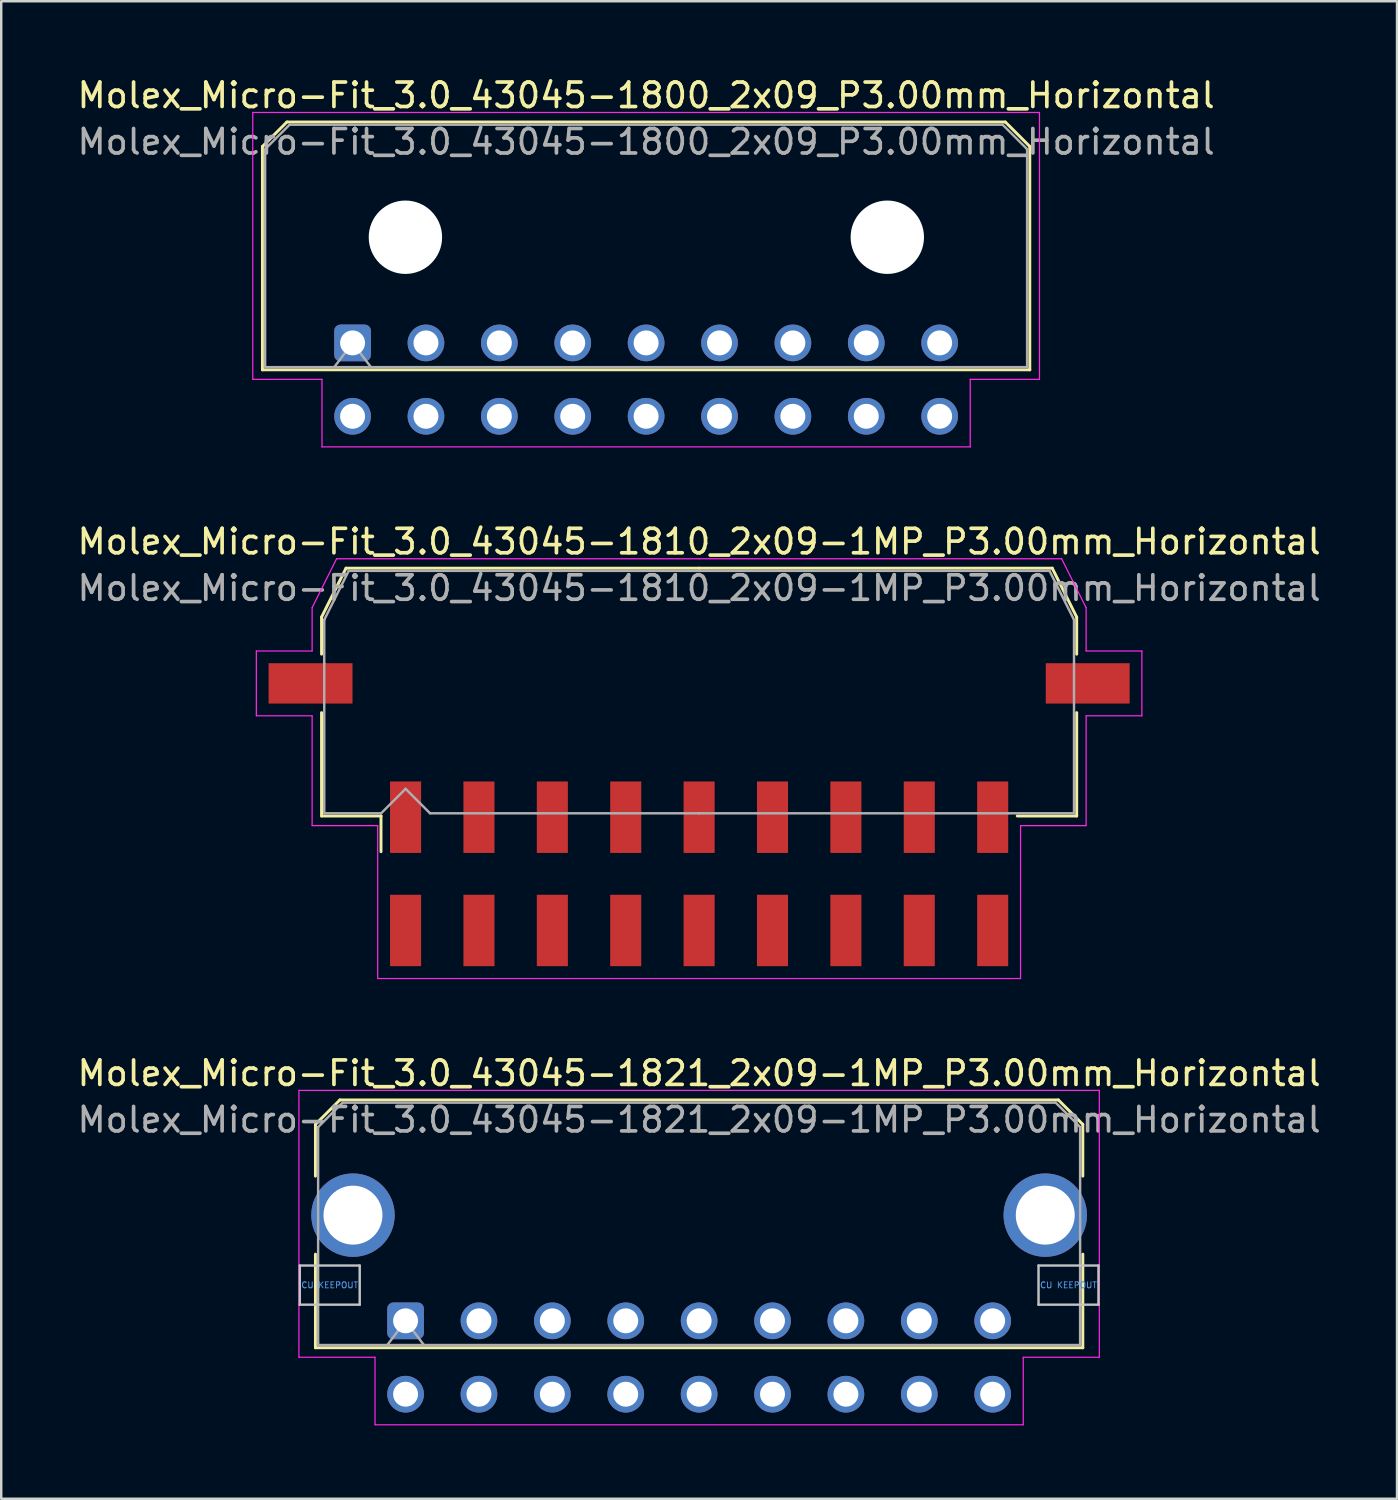
<source format=kicad_pcb>
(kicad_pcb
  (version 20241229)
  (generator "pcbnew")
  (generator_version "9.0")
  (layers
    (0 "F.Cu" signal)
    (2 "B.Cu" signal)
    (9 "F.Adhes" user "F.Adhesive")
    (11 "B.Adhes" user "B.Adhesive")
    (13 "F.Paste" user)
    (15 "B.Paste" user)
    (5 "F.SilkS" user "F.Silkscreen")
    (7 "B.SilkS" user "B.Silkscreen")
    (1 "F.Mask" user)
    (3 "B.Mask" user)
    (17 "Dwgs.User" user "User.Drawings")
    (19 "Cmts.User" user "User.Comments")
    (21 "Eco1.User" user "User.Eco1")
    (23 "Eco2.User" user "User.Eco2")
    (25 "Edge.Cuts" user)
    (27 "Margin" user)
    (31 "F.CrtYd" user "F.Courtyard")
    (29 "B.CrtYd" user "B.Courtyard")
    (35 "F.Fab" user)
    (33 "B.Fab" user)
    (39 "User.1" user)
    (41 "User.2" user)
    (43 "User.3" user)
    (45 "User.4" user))
  (footprint "Molex_Micro-Fit_3.0_43045-1810_2x09-1MP_P3.00mm_Horizontal"
    (layer "F.Cu")
    (at 25.53 32.672)
    (property "Reference" "Molex_Micro-Fit_3.0_43045-1810_2x09-1MP_P3.00mm_Horizontal" (at 0 -13.58 0) (layer "F.SilkS") (effects (font (size 1 1) (thickness 0.15))))
    (attr smd)
    (fp_line (start -15.435 -10.495) (end -15.435 -8.98) (stroke (width 0.12) (type solid)) (layer "F.SilkS"))
    (fp_line (start -15.435 -6.59) (end -15.435 -2.365) (stroke (width 0.12) (type solid)) (layer "F.SilkS"))
    (fp_line (start -15.435 -2.365) (end -13.005 -2.365) (stroke (width 0.12) (type solid)) (layer "F.SilkS"))
    (fp_line (start -14.435 -12.495) (end -15.435 -10.495) (stroke (width 0.12) (type solid)) (layer "F.SilkS"))
    (fp_line (start -13.005 -2.365) (end -13.005 -0.905) (stroke (width 0.12) (type solid)) (layer "F.SilkS"))
    (fp_line (start 0 -12.495) (end -14.435 -12.495) (stroke (width 0.12) (type solid)) (layer "F.SilkS"))
    (fp_line (start 0 -12.495) (end 14.435 -12.495) (stroke (width 0.12) (type solid)) (layer "F.SilkS"))
    (fp_line (start 14.435 -12.495) (end 15.435 -10.495) (stroke (width 0.12) (type solid)) (layer "F.SilkS"))
    (fp_line (start 15.435 -10.495) (end 15.435 -8.98) (stroke (width 0.12) (type solid)) (layer "F.SilkS"))
    (fp_line (start 15.435 -6.59) (end 15.435 -2.365) (stroke (width 0.12) (type solid)) (layer "F.SilkS"))
    (fp_line (start 15.435 -2.365) (end 13.005 -2.365) (stroke (width 0.12) (type solid)) (layer "F.SilkS"))
    (fp_line (start -18.1 -9.11) (end -18.1 -6.46) (stroke (width 0.05) (type solid)) (layer "F.CrtYd"))
    (fp_line (start -18.1 -6.46) (end -15.82 -6.46) (stroke (width 0.05) (type solid)) (layer "F.CrtYd"))
    (fp_line (start -15.82 -10.88) (end -15.82 -9.11) (stroke (width 0.05) (type solid)) (layer "F.CrtYd"))
    (fp_line (start -15.82 -9.11) (end -18.1 -9.11) (stroke (width 0.05) (type solid)) (layer "F.CrtYd"))
    (fp_line (start -15.82 -6.46) (end -15.82 -1.97) (stroke (width 0.05) (type solid)) (layer "F.CrtYd"))
    (fp_line (start -15.82 -1.97) (end -13.14 -1.97) (stroke (width 0.05) (type solid)) (layer "F.CrtYd"))
    (fp_line (start -14.82 -12.88) (end -15.82 -10.88) (stroke (width 0.05) (type solid)) (layer "F.CrtYd"))
    (fp_line (start -13.14 -1.97) (end -13.14 4.28) (stroke (width 0.05) (type solid)) (layer "F.CrtYd"))
    (fp_line (start -13.14 4.28) (end 0 4.28) (stroke (width 0.05) (type solid)) (layer "F.CrtYd"))
    (fp_line (start 0 -12.88) (end -14.82 -12.88) (stroke (width 0.05) (type solid)) (layer "F.CrtYd"))
    (fp_line (start 0 -12.88) (end 14.82 -12.88) (stroke (width 0.05) (type solid)) (layer "F.CrtYd"))
    (fp_line (start 13.14 -1.97) (end 13.14 4.28) (stroke (width 0.05) (type solid)) (layer "F.CrtYd"))
    (fp_line (start 13.14 4.28) (end 0 4.28) (stroke (width 0.05) (type solid)) (layer "F.CrtYd"))
    (fp_line (start 14.82 -12.88) (end 15.82 -10.88) (stroke (width 0.05) (type solid)) (layer "F.CrtYd"))
    (fp_line (start 15.82 -10.88) (end 15.82 -9.11) (stroke (width 0.05) (type solid)) (layer "F.CrtYd"))
    (fp_line (start 15.82 -9.11) (end 18.1 -9.11) (stroke (width 0.05) (type solid)) (layer "F.CrtYd"))
    (fp_line (start 15.82 -6.46) (end 15.82 -1.97) (stroke (width 0.05) (type solid)) (layer "F.CrtYd"))
    (fp_line (start 15.82 -1.97) (end 13.14 -1.97) (stroke (width 0.05) (type solid)) (layer "F.CrtYd"))
    (fp_line (start 18.1 -9.11) (end 18.1 -6.46) (stroke (width 0.05) (type solid)) (layer "F.CrtYd"))
    (fp_line (start 18.1 -6.46) (end 15.82 -6.46) (stroke (width 0.05) (type solid)) (layer "F.CrtYd"))
    (fp_line (start -15.325 -10.385) (end -15.325 -8.61) (stroke (width 0.1) (type solid)) (layer "F.Fab"))
    (fp_line (start -15.325 -8.61) (end -15.325 -2.475) (stroke (width 0.1) (type solid)) (layer "F.Fab"))
    (fp_line (start -15.325 -2.475) (end -13 -2.475) (stroke (width 0.1) (type solid)) (layer "F.Fab"))
    (fp_line (start -14.325 -12.385) (end -15.325 -10.385) (stroke (width 0.1) (type solid)) (layer "F.Fab"))
    (fp_line (start -13 -2.475) (end -12 -3.475) (stroke (width 0.1) (type solid)) (layer "F.Fab"))
    (fp_line (start -12 -3.475) (end -11 -2.475) (stroke (width 0.1) (type solid)) (layer "F.Fab"))
    (fp_line (start -11 -2.475) (end 0 -2.475) (stroke (width 0.1) (type solid)) (layer "F.Fab"))
    (fp_line (start 0 -12.385) (end -14.325 -12.385) (stroke (width 0.1) (type solid)) (layer "F.Fab"))
    (fp_line (start 0 -12.385) (end 14.325 -12.385) (stroke (width 0.1) (type solid)) (layer "F.Fab"))
    (fp_line (start 12.635 -2.475) (end 0 -2.475) (stroke (width 0.1) (type solid)) (layer "F.Fab"))
    (fp_line (start 14.325 -12.385) (end 15.325 -10.385) (stroke (width 0.1) (type solid)) (layer "F.Fab"))
    (fp_line (start 15.325 -10.385) (end 15.325 -8.61) (stroke (width 0.1) (type solid)) (layer "F.Fab"))
    (fp_line (start 15.325 -8.61) (end 15.325 -2.475) (stroke (width 0.1) (type solid)) (layer "F.Fab"))
    (fp_line (start 15.325 -2.475) (end 12.635 -2.475) (stroke (width 0.1) (type solid)) (layer "F.Fab"))
    (fp_text user "${REFERENCE}" (at 0 -11.68 0) (layer "F.Fab") (effects (font (size 1 1) (thickness 0.15))))
    (pad "1" smd rect (at -12 -2.315) (size 1.27 2.92) (layers "F.Cu" "F.Mask" "F.Paste"))
    (pad "2" smd rect (at -9 -2.315) (size 1.27 2.92) (layers "F.Cu" "F.Mask" "F.Paste"))
    (pad "3" smd rect (at -6 -2.315) (size 1.27 2.92) (layers "F.Cu" "F.Mask" "F.Paste"))
    (pad "4" smd rect (at -3 -2.315) (size 1.27 2.92) (layers "F.Cu" "F.Mask" "F.Paste"))
    (pad "5" smd rect (at 0 -2.315) (size 1.27 2.92) (layers "F.Cu" "F.Mask" "F.Paste"))
    (pad "6" smd rect (at 3 -2.315) (size 1.27 2.92) (layers "F.Cu" "F.Mask" "F.Paste"))
    (pad "7" smd rect (at 6 -2.315) (size 1.27 2.92) (layers "F.Cu" "F.Mask" "F.Paste"))
    (pad "8" smd rect (at 9 -2.315) (size 1.27 2.92) (layers "F.Cu" "F.Mask" "F.Paste"))
    (pad "9" smd rect (at 12 -2.315) (size 1.27 2.92) (layers "F.Cu" "F.Mask" "F.Paste"))
    (pad "10" smd rect (at -12 2.315) (size 1.27 2.92) (layers "F.Cu" "F.Mask" "F.Paste"))
    (pad "11" smd rect (at -9 2.315) (size 1.27 2.92) (layers "F.Cu" "F.Mask" "F.Paste"))
    (pad "12" smd rect (at -6 2.315) (size 1.27 2.92) (layers "F.Cu" "F.Mask" "F.Paste"))
    (pad "13" smd rect (at -3 2.315) (size 1.27 2.92) (layers "F.Cu" "F.Mask" "F.Paste"))
    (pad "14" smd rect (at 0 2.315) (size 1.27 2.92) (layers "F.Cu" "F.Mask" "F.Paste"))
    (pad "15" smd rect (at 3 2.315) (size 1.27 2.92) (layers "F.Cu" "F.Mask" "F.Paste"))
    (pad "16" smd rect (at 6 2.315) (size 1.27 2.92) (layers "F.Cu" "F.Mask" "F.Paste"))
    (pad "17" smd rect (at 9 2.315) (size 1.27 2.92) (layers "F.Cu" "F.Mask" "F.Paste"))
    (pad "18" smd rect (at 12 2.315) (size 1.27 2.92) (layers "F.Cu" "F.Mask" "F.Paste"))
    (pad "MP" smd rect (at -15.885 -7.785) (size 3.43 1.65) (layers "F.Cu" "F.Mask" "F.Paste"))
    (pad "MP" smd rect (at 15.885 -7.785) (size 3.43 1.65) (layers "F.Cu" "F.Mask" "F.Paste")))
  (footprint "Molex_Micro-Fit_3.0_43045-1800_2x09_P3.00mm_Horizontal"
    (layer "F.Cu")
    (at 11.363 10.968)
    (property "Reference" "Molex_Micro-Fit_3.0_43045-1800_2x09_P3.00mm_Horizontal" (at 12 -10.12 0) (layer "F.SilkS") (effects (font (size 1 1) (thickness 0.15))))
    (attr through_hole)
    (fp_line (start -3.685 -8.03) (end -2.685 -9.03) (stroke (width 0.12) (type solid)) (layer "F.SilkS"))
    (fp_line (start -3.685 1.1) (end -3.685 -8.03) (stroke (width 0.12) (type solid)) (layer "F.SilkS"))
    (fp_line (start -2.685 -9.03) (end 26.685 -9.03) (stroke (width 0.12) (type solid)) (layer "F.SilkS"))
    (fp_line (start 26.685 -9.03) (end 27.685 -8.03) (stroke (width 0.12) (type solid)) (layer "F.SilkS"))
    (fp_line (start 27.685 -8.03) (end 27.685 1.1) (stroke (width 0.12) (type solid)) (layer "F.SilkS"))
    (fp_line (start 27.685 1.1) (end -3.685 1.1) (stroke (width 0.12) (type solid)) (layer "F.SilkS"))
    (fp_line (start -4.08 -9.42) (end 28.08 -9.42) (stroke (width 0.05) (type solid)) (layer "F.CrtYd"))
    (fp_line (start -4.08 1.49) (end -4.08 -9.42) (stroke (width 0.05) (type solid)) (layer "F.CrtYd"))
    (fp_line (start -1.25 1.49) (end -4.08 1.49) (stroke (width 0.05) (type solid)) (layer "F.CrtYd"))
    (fp_line (start -1.25 4.25) (end -1.25 1.49) (stroke (width 0.05) (type solid)) (layer "F.CrtYd"))
    (fp_line (start 25.25 1.49) (end 25.25 4.25) (stroke (width 0.05) (type solid)) (layer "F.CrtYd"))
    (fp_line (start 25.25 4.25) (end -1.25 4.25) (stroke (width 0.05) (type solid)) (layer "F.CrtYd"))
    (fp_line (start 28.08 -9.42) (end 28.08 1.49) (stroke (width 0.05) (type solid)) (layer "F.CrtYd"))
    (fp_line (start 28.08 1.49) (end 25.25 1.49) (stroke (width 0.05) (type solid)) (layer "F.CrtYd"))
    (fp_line (start -3.575 -7.92) (end -2.575 -8.92) (stroke (width 0.1) (type solid)) (layer "F.Fab"))
    (fp_line (start -3.575 0.99) (end -3.575 -7.92) (stroke (width 0.1) (type solid)) (layer "F.Fab"))
    (fp_line (start -2.575 -8.92) (end 26.575 -8.92) (stroke (width 0.1) (type solid)) (layer "F.Fab"))
    (fp_line (start -0.75 0.99) (end 0 0) (stroke (width 0.1) (type solid)) (layer "F.Fab"))
    (fp_line (start 0 0) (end 0.75 0.99) (stroke (width 0.1) (type solid)) (layer "F.Fab"))
    (fp_line (start 26.575 -8.92) (end 27.575 -7.92) (stroke (width 0.1) (type solid)) (layer "F.Fab"))
    (fp_line (start 27.575 -7.92) (end 27.575 0.99) (stroke (width 0.1) (type solid)) (layer "F.Fab"))
    (fp_line (start 27.575 0.99) (end -3.575 0.99) (stroke (width 0.1) (type solid)) (layer "F.Fab"))
    (fp_text user "${REFERENCE}" (at 12 -8.22 0) (layer "F.Fab") (effects (font (size 1 1) (thickness 0.15))))
    (pad "" np_thru_hole circle (at 2.16 -4.32) (size 3 3) (drill 3) (layers "*.Cu" "*.Mask"))
    (pad "" np_thru_hole circle (at 21.86 -4.32) (size 3 3) (drill 3) (layers "*.Cu" "*.Mask"))
    (pad "1" thru_hole roundrect (at 0 0) (size 1.5 1.5) (drill 1.02) (layers "*.Cu" "*.Mask") (roundrect_rratio 0.167))
    (pad "2" thru_hole circle (at 3 0) (size 1.5 1.5) (drill 1.02) (layers "*.Cu" "*.Mask"))
    (pad "3" thru_hole circle (at 6 0) (size 1.5 1.5) (drill 1.02) (layers "*.Cu" "*.Mask"))
    (pad "4" thru_hole circle (at 9 0) (size 1.5 1.5) (drill 1.02) (layers "*.Cu" "*.Mask"))
    (pad "5" thru_hole circle (at 12 0) (size 1.5 1.5) (drill 1.02) (layers "*.Cu" "*.Mask"))
    (pad "6" thru_hole circle (at 15 0) (size 1.5 1.5) (drill 1.02) (layers "*.Cu" "*.Mask"))
    (pad "7" thru_hole circle (at 18 0) (size 1.5 1.5) (drill 1.02) (layers "*.Cu" "*.Mask"))
    (pad "8" thru_hole circle (at 21 0) (size 1.5 1.5) (drill 1.02) (layers "*.Cu" "*.Mask"))
    (pad "9" thru_hole circle (at 24 0) (size 1.5 1.5) (drill 1.02) (layers "*.Cu" "*.Mask"))
    (pad "10" thru_hole circle (at 0 3) (size 1.5 1.5) (drill 1.02) (layers "*.Cu" "*.Mask"))
    (pad "11" thru_hole circle (at 3 3) (size 1.5 1.5) (drill 1.02) (layers "*.Cu" "*.Mask"))
    (pad "12" thru_hole circle (at 6 3) (size 1.5 1.5) (drill 1.02) (layers "*.Cu" "*.Mask"))
    (pad "13" thru_hole circle (at 9 3) (size 1.5 1.5) (drill 1.02) (layers "*.Cu" "*.Mask"))
    (pad "14" thru_hole circle (at 12 3) (size 1.5 1.5) (drill 1.02) (layers "*.Cu" "*.Mask"))
    (pad "15" thru_hole circle (at 15 3) (size 1.5 1.5) (drill 1.02) (layers "*.Cu" "*.Mask"))
    (pad "16" thru_hole circle (at 18 3) (size 1.5 1.5) (drill 1.02) (layers "*.Cu" "*.Mask"))
    (pad "17" thru_hole circle (at 21 3) (size 1.5 1.5) (drill 1.02) (layers "*.Cu" "*.Mask"))
    (pad "18" thru_hole circle (at 24 3) (size 1.5 1.5) (drill 1.02) (layers "*.Cu" "*.Mask")))
  (footprint "Molex_Micro-Fit_3.0_43045-1821_2x09-1MP_P3.00mm_Horizontal"
    (layer "F.Cu")
    (at 13.53 50.945)
    (property "Reference" "Molex_Micro-Fit_3.0_43045-1821_2x09-1MP_P3.00mm_Horizontal" (at 12 -10.12 0) (layer "F.SilkS") (effects (font (size 1 1) (thickness 0.15))))
    (attr through_hole)
    (fp_line (start -3.685 -8.03) (end -2.685 -9.03) (stroke (width 0.12) (type solid)) (layer "F.SilkS"))
    (fp_line (start -3.685 -5.915) (end -3.685 -8.03) (stroke (width 0.12) (type solid)) (layer "F.SilkS"))
    (fp_line (start -3.685 -2.725) (end -3.685 1.1) (stroke (width 0.12) (type solid)) (layer "F.SilkS"))
    (fp_line (start -3.685 1.1) (end 27.685 1.1) (stroke (width 0.12) (type solid)) (layer "F.SilkS"))
    (fp_line (start -2.685 -9.03) (end 26.685 -9.03) (stroke (width 0.12) (type solid)) (layer "F.SilkS"))
    (fp_line (start 26.685 -9.03) (end 27.685 -8.03) (stroke (width 0.12) (type solid)) (layer "F.SilkS"))
    (fp_line (start 27.685 -8.03) (end 27.685 -5.915) (stroke (width 0.12) (type solid)) (layer "F.SilkS"))
    (fp_line (start 27.685 1.1) (end 27.685 -2.725) (stroke (width 0.12) (type solid)) (layer "F.SilkS"))
    (fp_line (start -4.325 -2.26) (end -4.325 -0.66) (stroke (width 0.1) (type solid)) (layer "Dwgs.User"))
    (fp_line (start -4.325 -0.66) (end -1.875 -0.66) (stroke (width 0.1) (type solid)) (layer "Dwgs.User"))
    (fp_line (start -1.875 -2.26) (end -4.325 -2.26) (stroke (width 0.1) (type solid)) (layer "Dwgs.User"))
    (fp_line (start -1.875 -0.66) (end -1.875 -2.26) (stroke (width 0.1) (type solid)) (layer "Dwgs.User"))
    (fp_line (start 25.875 -2.26) (end 25.875 -0.66) (stroke (width 0.1) (type solid)) (layer "Dwgs.User"))
    (fp_line (start 25.875 -0.66) (end 28.325 -0.66) (stroke (width 0.1) (type solid)) (layer "Dwgs.User"))
    (fp_line (start 28.325 -2.26) (end 25.875 -2.26) (stroke (width 0.1) (type solid)) (layer "Dwgs.User"))
    (fp_line (start 28.325 -0.66) (end 28.325 -2.26) (stroke (width 0.1) (type solid)) (layer "Dwgs.User"))
    (fp_line (start -4.36 -9.42) (end 28.36 -9.42) (stroke (width 0.05) (type solid)) (layer "F.CrtYd"))
    (fp_line (start -4.36 1.49) (end -4.36 -9.42) (stroke (width 0.05) (type solid)) (layer "F.CrtYd"))
    (fp_line (start -1.25 1.49) (end -4.36 1.49) (stroke (width 0.05) (type solid)) (layer "F.CrtYd"))
    (fp_line (start -1.25 4.25) (end -1.25 1.49) (stroke (width 0.05) (type solid)) (layer "F.CrtYd"))
    (fp_line (start 25.25 1.49) (end 25.25 4.25) (stroke (width 0.05) (type solid)) (layer "F.CrtYd"))
    (fp_line (start 25.25 4.25) (end -1.25 4.25) (stroke (width 0.05) (type solid)) (layer "F.CrtYd"))
    (fp_line (start 28.36 -9.42) (end 28.36 1.49) (stroke (width 0.05) (type solid)) (layer "F.CrtYd"))
    (fp_line (start 28.36 1.49) (end 25.25 1.49) (stroke (width 0.05) (type solid)) (layer "F.CrtYd"))
    (fp_line (start -3.575 -7.92) (end -2.575 -8.92) (stroke (width 0.1) (type solid)) (layer "F.Fab"))
    (fp_line (start -3.575 0.99) (end -3.575 -7.92) (stroke (width 0.1) (type solid)) (layer "F.Fab"))
    (fp_line (start -2.575 -8.92) (end 26.575 -8.92) (stroke (width 0.1) (type solid)) (layer "F.Fab"))
    (fp_line (start -0.75 0.99) (end 0 0) (stroke (width 0.1) (type solid)) (layer "F.Fab"))
    (fp_line (start 0 0) (end 0.75 0.99) (stroke (width 0.1) (type solid)) (layer "F.Fab"))
    (fp_line (start 26.575 -8.92) (end 27.575 -7.92) (stroke (width 0.1) (type solid)) (layer "F.Fab"))
    (fp_line (start 27.575 -7.92) (end 27.575 0.99) (stroke (width 0.1) (type solid)) (layer "F.Fab"))
    (fp_line (start 27.575 0.99) (end -3.575 0.99) (stroke (width 0.1) (type solid)) (layer "F.Fab"))
    (fp_text user "CU KEEPOUT" (at 27.1 -1.46 0) (layer "Cmts.User") (effects (font (size 0.245 0.245) (thickness 0.037))))
    (fp_text user "CU KEEPOUT" (at -3.1 -1.46 0) (layer "Cmts.User") (effects (font (size 0.245 0.245) (thickness 0.037))))
    (fp_text user "${REFERENCE}" (at 12 -8.22 0) (layer "F.Fab") (effects (font (size 1 1) (thickness 0.15))))
    (pad "1" thru_hole roundrect (at 0 0) (size 1.5 1.5) (drill 1.02) (layers "*.Cu" "*.Mask") (roundrect_rratio 0.167))
    (pad "2" thru_hole circle (at 3 0) (size 1.5 1.5) (drill 1.02) (layers "*.Cu" "*.Mask"))
    (pad "3" thru_hole circle (at 6 0) (size 1.5 1.5) (drill 1.02) (layers "*.Cu" "*.Mask"))
    (pad "4" thru_hole circle (at 9 0) (size 1.5 1.5) (drill 1.02) (layers "*.Cu" "*.Mask"))
    (pad "5" thru_hole circle (at 12 0) (size 1.5 1.5) (drill 1.02) (layers "*.Cu" "*.Mask"))
    (pad "6" thru_hole circle (at 15 0) (size 1.5 1.5) (drill 1.02) (layers "*.Cu" "*.Mask"))
    (pad "7" thru_hole circle (at 18 0) (size 1.5 1.5) (drill 1.02) (layers "*.Cu" "*.Mask"))
    (pad "8" thru_hole circle (at 21 0) (size 1.5 1.5) (drill 1.02) (layers "*.Cu" "*.Mask"))
    (pad "9" thru_hole circle (at 24 0) (size 1.5 1.5) (drill 1.02) (layers "*.Cu" "*.Mask"))
    (pad "10" thru_hole circle (at 0 3) (size 1.5 1.5) (drill 1.02) (layers "*.Cu" "*.Mask"))
    (pad "11" thru_hole circle (at 3 3) (size 1.5 1.5) (drill 1.02) (layers "*.Cu" "*.Mask"))
    (pad "12" thru_hole circle (at 6 3) (size 1.5 1.5) (drill 1.02) (layers "*.Cu" "*.Mask"))
    (pad "13" thru_hole circle (at 9 3) (size 1.5 1.5) (drill 1.02) (layers "*.Cu" "*.Mask"))
    (pad "14" thru_hole circle (at 12 3) (size 1.5 1.5) (drill 1.02) (layers "*.Cu" "*.Mask"))
    (pad "15" thru_hole circle (at 15 3) (size 1.5 1.5) (drill 1.02) (layers "*.Cu" "*.Mask"))
    (pad "16" thru_hole circle (at 18 3) (size 1.5 1.5) (drill 1.02) (layers "*.Cu" "*.Mask"))
    (pad "17" thru_hole circle (at 21 3) (size 1.5 1.5) (drill 1.02) (layers "*.Cu" "*.Mask"))
    (pad "18" thru_hole circle (at 24 3) (size 1.5 1.5) (drill 1.02) (layers "*.Cu" "*.Mask"))
    (pad "MP" thru_hole circle (at -2.15 -4.32) (size 3.41 3.41) (drill 2.41) (layers "*.Cu" "*.Mask"))
    (pad "MP" thru_hole circle (at 26.15 -4.32) (size 3.41 3.41) (drill 2.41) (layers "*.Cu" "*.Mask")))
  (gr_rect
    (start -3 -3)
    (end 54.06 58.22)
    (stroke (width 0.1) (type default))
    (fill no)
    (layer "Edge.Cuts")))
</source>
